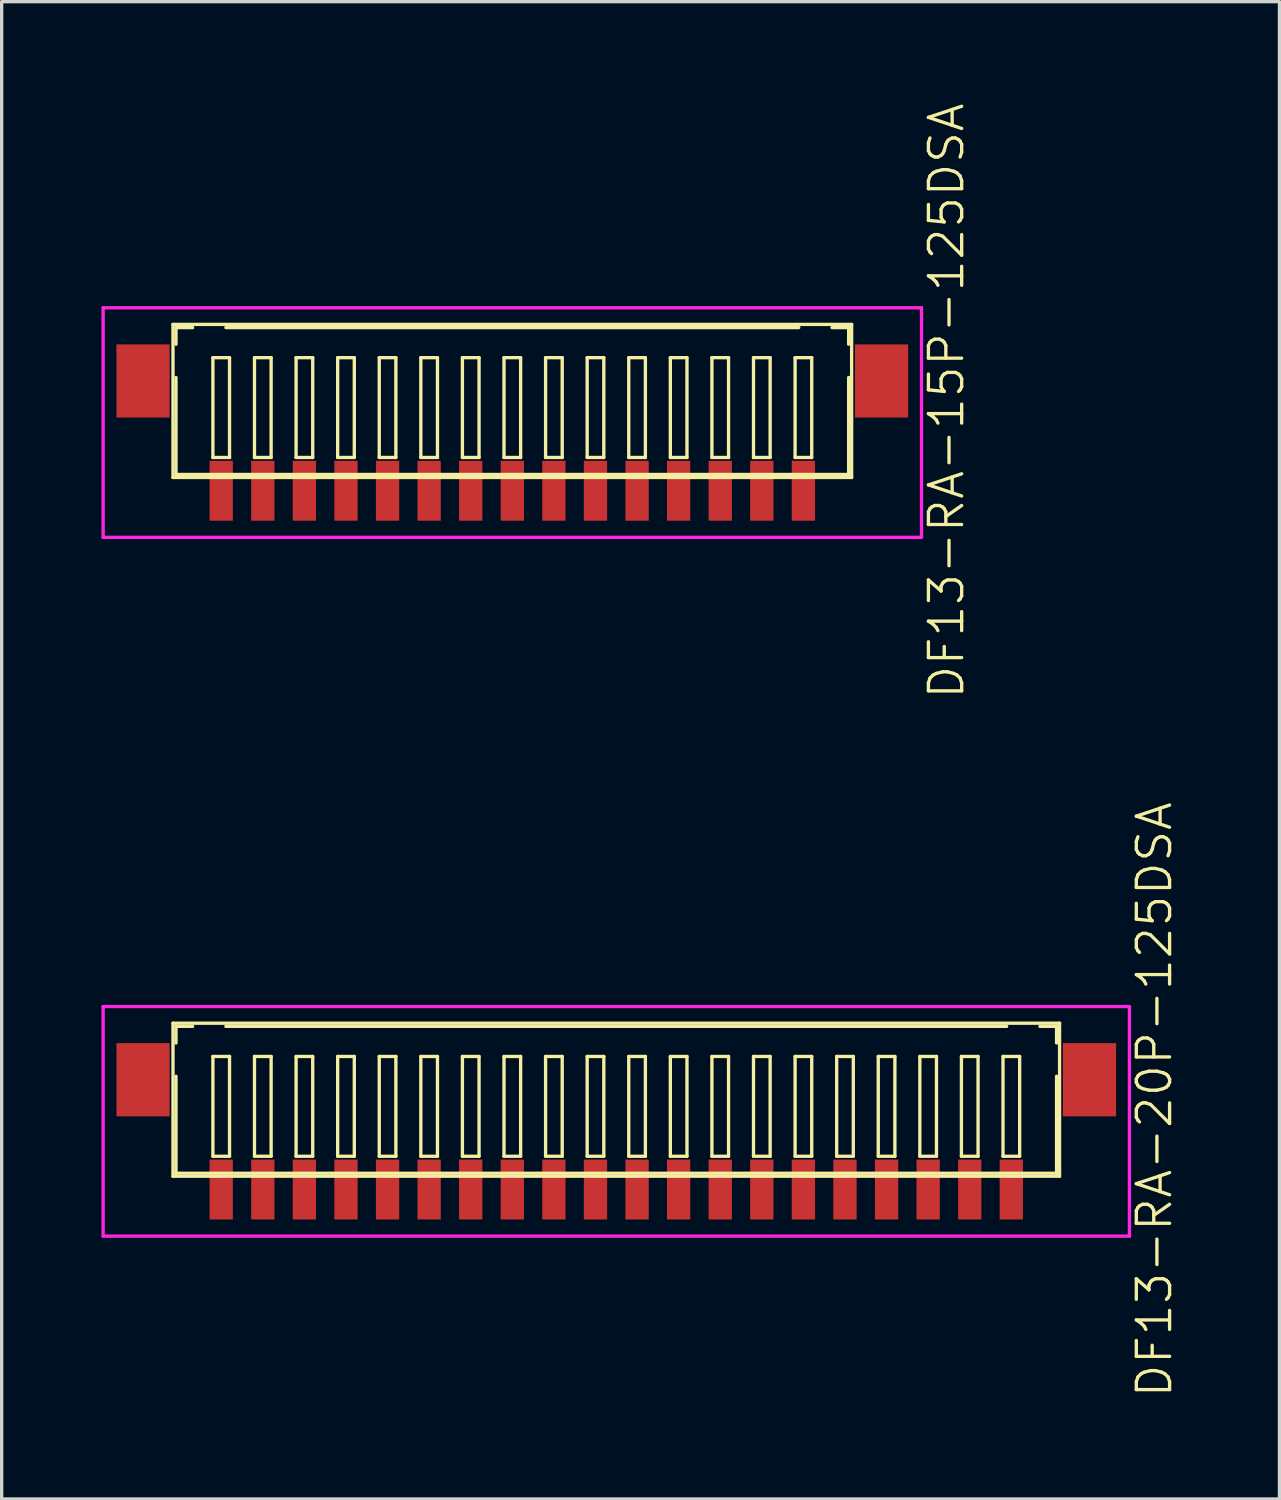
<source format=kicad_pcb>
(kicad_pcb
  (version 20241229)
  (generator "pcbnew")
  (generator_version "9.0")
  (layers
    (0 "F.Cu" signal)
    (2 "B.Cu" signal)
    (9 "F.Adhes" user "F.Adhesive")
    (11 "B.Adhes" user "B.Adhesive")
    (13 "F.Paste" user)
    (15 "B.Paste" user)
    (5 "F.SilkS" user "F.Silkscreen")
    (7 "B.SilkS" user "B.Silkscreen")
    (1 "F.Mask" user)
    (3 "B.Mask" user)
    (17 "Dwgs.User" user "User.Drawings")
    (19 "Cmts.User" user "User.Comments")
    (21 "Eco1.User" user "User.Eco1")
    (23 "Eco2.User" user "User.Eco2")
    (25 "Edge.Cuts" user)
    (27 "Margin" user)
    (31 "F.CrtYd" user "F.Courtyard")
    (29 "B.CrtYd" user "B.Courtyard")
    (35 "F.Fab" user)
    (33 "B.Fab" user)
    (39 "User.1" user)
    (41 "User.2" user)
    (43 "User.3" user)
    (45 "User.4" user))
  (footprint "DF13-RA-15P-125DSA"
    (layer "F.Cu")
    (at 12.35 11.702)
    (property "Reference" "DF13-RA-15P-125DSA" (at 13.05 -2.7 90) (layer "F.SilkS") (effects (font (size 1 1) (thickness 0.1))))
    (attr through_hole)
    (fp_line (start -10.2 -5) (end -10.2 -0.4) (stroke (width 0.1) (type solid)) (layer "F.SilkS"))
    (fp_line (start -10.2 -5) (end 10.2 -5) (stroke (width 0.1) (type solid)) (layer "F.SilkS"))
    (fp_line (start -10.2 -0.4) (end 10.2 -0.4) (stroke (width 0.1) (type solid)) (layer "F.SilkS"))
    (fp_line (start -10.11 -4.905) (end -10.11 -4.405) (stroke (width 0.1) (type solid)) (layer "F.SilkS"))
    (fp_line (start -10.11 -4.905) (end -9.61 -4.905) (stroke (width 0.1) (type solid)) (layer "F.SilkS"))
    (fp_line (start -10.11 -3.405) (end -10.11 -0.49) (stroke (width 0.1) (type solid)) (layer "F.SilkS"))
    (fp_line (start -10.11 -0.49) (end 10.11 -0.49) (stroke (width 0.1) (type solid)) (layer "F.SilkS"))
    (fp_line (start -9 -4) (end -9 -1) (stroke (width 0.1) (type solid)) (layer "F.SilkS"))
    (fp_line (start -9 -1) (end -8.5 -1) (stroke (width 0.1) (type solid)) (layer "F.SilkS"))
    (fp_line (start -8.61 -4.905) (end 8.61 -4.905) (stroke (width 0.1) (type solid)) (layer "F.SilkS"))
    (fp_line (start -8.5 -4) (end -9 -4) (stroke (width 0.1) (type solid)) (layer "F.SilkS"))
    (fp_line (start -8.5 -1) (end -8.5 -4) (stroke (width 0.1) (type solid)) (layer "F.SilkS"))
    (fp_line (start -7.75 -4) (end -7.75 -1) (stroke (width 0.1) (type solid)) (layer "F.SilkS"))
    (fp_line (start -7.75 -1) (end -7.25 -1) (stroke (width 0.1) (type solid)) (layer "F.SilkS"))
    (fp_line (start -7.25 -4) (end -7.75 -4) (stroke (width 0.1) (type solid)) (layer "F.SilkS"))
    (fp_line (start -7.25 -1) (end -7.25 -4) (stroke (width 0.1) (type solid)) (layer "F.SilkS"))
    (fp_line (start -6.5 -4) (end -6.5 -1) (stroke (width 0.1) (type solid)) (layer "F.SilkS"))
    (fp_line (start -6.5 -1) (end -6 -1) (stroke (width 0.1) (type solid)) (layer "F.SilkS"))
    (fp_line (start -6 -4) (end -6.5 -4) (stroke (width 0.1) (type solid)) (layer "F.SilkS"))
    (fp_line (start -6 -1) (end -6 -4) (stroke (width 0.1) (type solid)) (layer "F.SilkS"))
    (fp_line (start -5.25 -4) (end -5.25 -1) (stroke (width 0.1) (type solid)) (layer "F.SilkS"))
    (fp_line (start -5.25 -1) (end -4.75 -1) (stroke (width 0.1) (type solid)) (layer "F.SilkS"))
    (fp_line (start -4.75 -4) (end -5.25 -4) (stroke (width 0.1) (type solid)) (layer "F.SilkS"))
    (fp_line (start -4.75 -1) (end -4.75 -4) (stroke (width 0.1) (type solid)) (layer "F.SilkS"))
    (fp_line (start -4 -4) (end -4 -1) (stroke (width 0.1) (type solid)) (layer "F.SilkS"))
    (fp_line (start -4 -1) (end -3.5 -1) (stroke (width 0.1) (type solid)) (layer "F.SilkS"))
    (fp_line (start -3.5 -4) (end -4 -4) (stroke (width 0.1) (type solid)) (layer "F.SilkS"))
    (fp_line (start -3.5 -1) (end -3.5 -4) (stroke (width 0.1) (type solid)) (layer "F.SilkS"))
    (fp_line (start -2.75 -4) (end -2.75 -1) (stroke (width 0.1) (type solid)) (layer "F.SilkS"))
    (fp_line (start -2.75 -1) (end -2.25 -1) (stroke (width 0.1) (type solid)) (layer "F.SilkS"))
    (fp_line (start -2.25 -4) (end -2.75 -4) (stroke (width 0.1) (type solid)) (layer "F.SilkS"))
    (fp_line (start -2.25 -1) (end -2.25 -4) (stroke (width 0.1) (type solid)) (layer "F.SilkS"))
    (fp_line (start -1.5 -4) (end -1.5 -1) (stroke (width 0.1) (type solid)) (layer "F.SilkS"))
    (fp_line (start -1.5 -1) (end -1 -1) (stroke (width 0.1) (type solid)) (layer "F.SilkS"))
    (fp_line (start -1 -4) (end -1.5 -4) (stroke (width 0.1) (type solid)) (layer "F.SilkS"))
    (fp_line (start -1 -1) (end -1 -4) (stroke (width 0.1) (type solid)) (layer "F.SilkS"))
    (fp_line (start -0.25 -4) (end -0.25 -1) (stroke (width 0.1) (type solid)) (layer "F.SilkS"))
    (fp_line (start -0.25 -1) (end 0.25 -1) (stroke (width 0.1) (type solid)) (layer "F.SilkS"))
    (fp_line (start 0.25 -4) (end -0.25 -4) (stroke (width 0.1) (type solid)) (layer "F.SilkS"))
    (fp_line (start 0.25 -1) (end 0.25 -4) (stroke (width 0.1) (type solid)) (layer "F.SilkS"))
    (fp_line (start 1 -4) (end 1 -1) (stroke (width 0.1) (type solid)) (layer "F.SilkS"))
    (fp_line (start 1 -1) (end 1.5 -1) (stroke (width 0.1) (type solid)) (layer "F.SilkS"))
    (fp_line (start 1.5 -4) (end 1 -4) (stroke (width 0.1) (type solid)) (layer "F.SilkS"))
    (fp_line (start 1.5 -1) (end 1.5 -4) (stroke (width 0.1) (type solid)) (layer "F.SilkS"))
    (fp_line (start 2.25 -4) (end 2.25 -1) (stroke (width 0.1) (type solid)) (layer "F.SilkS"))
    (fp_line (start 2.25 -1) (end 2.75 -1) (stroke (width 0.1) (type solid)) (layer "F.SilkS"))
    (fp_line (start 2.75 -4) (end 2.25 -4) (stroke (width 0.1) (type solid)) (layer "F.SilkS"))
    (fp_line (start 2.75 -1) (end 2.75 -4) (stroke (width 0.1) (type solid)) (layer "F.SilkS"))
    (fp_line (start 3.5 -4) (end 3.5 -1) (stroke (width 0.1) (type solid)) (layer "F.SilkS"))
    (fp_line (start 3.5 -1) (end 4 -1) (stroke (width 0.1) (type solid)) (layer "F.SilkS"))
    (fp_line (start 4 -4) (end 3.5 -4) (stroke (width 0.1) (type solid)) (layer "F.SilkS"))
    (fp_line (start 4 -1) (end 4 -4) (stroke (width 0.1) (type solid)) (layer "F.SilkS"))
    (fp_line (start 4.75 -4) (end 4.75 -1) (stroke (width 0.1) (type solid)) (layer "F.SilkS"))
    (fp_line (start 4.75 -1) (end 5.25 -1) (stroke (width 0.1) (type solid)) (layer "F.SilkS"))
    (fp_line (start 5.25 -4) (end 4.75 -4) (stroke (width 0.1) (type solid)) (layer "F.SilkS"))
    (fp_line (start 5.25 -1) (end 5.25 -4) (stroke (width 0.1) (type solid)) (layer "F.SilkS"))
    (fp_line (start 6 -4) (end 6 -1) (stroke (width 0.1) (type solid)) (layer "F.SilkS"))
    (fp_line (start 6 -1) (end 6.5 -1) (stroke (width 0.1) (type solid)) (layer "F.SilkS"))
    (fp_line (start 6.5 -4) (end 6 -4) (stroke (width 0.1) (type solid)) (layer "F.SilkS"))
    (fp_line (start 6.5 -1) (end 6.5 -4) (stroke (width 0.1) (type solid)) (layer "F.SilkS"))
    (fp_line (start 7.25 -4) (end 7.25 -1) (stroke (width 0.1) (type solid)) (layer "F.SilkS"))
    (fp_line (start 7.25 -1) (end 7.75 -1) (stroke (width 0.1) (type solid)) (layer "F.SilkS"))
    (fp_line (start 7.75 -4) (end 7.25 -4) (stroke (width 0.1) (type solid)) (layer "F.SilkS"))
    (fp_line (start 7.75 -1) (end 7.75 -4) (stroke (width 0.1) (type solid)) (layer "F.SilkS"))
    (fp_line (start 8.5 -4) (end 8.5 -1) (stroke (width 0.1) (type solid)) (layer "F.SilkS"))
    (fp_line (start 8.5 -1) (end 9 -1) (stroke (width 0.1) (type solid)) (layer "F.SilkS"))
    (fp_line (start 9 -4) (end 8.5 -4) (stroke (width 0.1) (type solid)) (layer "F.SilkS"))
    (fp_line (start 9 -1) (end 9 -4) (stroke (width 0.1) (type solid)) (layer "F.SilkS"))
    (fp_line (start 9.61 -4.905) (end 10.11 -4.905) (stroke (width 0.1) (type solid)) (layer "F.SilkS"))
    (fp_line (start 10.11 -4.905) (end 10.11 -4.405) (stroke (width 0.1) (type solid)) (layer "F.SilkS"))
    (fp_line (start 10.11 -3.405) (end 10.11 -0.49) (stroke (width 0.1) (type solid)) (layer "F.SilkS"))
    (fp_line (start 10.2 -5) (end 10.2 -0.4) (stroke (width 0.1) (type solid)) (layer "F.SilkS"))
    (fp_line (start -12.3 -5.5) (end -12.3 1.4) (stroke (width 0.1) (type solid)) (layer "F.CrtYd"))
    (fp_line (start -12.3 1.4) (end 12.3 1.4) (stroke (width 0.1) (type solid)) (layer "F.CrtYd"))
    (fp_line (start 12.3 -5.5) (end -12.3 -5.5) (stroke (width 0.1) (type solid)) (layer "F.CrtYd"))
    (fp_line (start 12.3 1.4) (end 12.3 -5.5) (stroke (width 0.1) (type solid)) (layer "F.CrtYd"))
    (pad "1" smd rect (at -8.75 0) (size 0.7 1.8) (layers "F.Cu" "F.Mask" "F.Paste"))
    (pad "2" smd rect (at -7.5 0) (size 0.7 1.8) (layers "F.Cu" "F.Mask" "F.Paste"))
    (pad "3" smd rect (at -6.25 0) (size 0.7 1.8) (layers "F.Cu" "F.Mask" "F.Paste"))
    (pad "4" smd rect (at -5 0) (size 0.7 1.8) (layers "F.Cu" "F.Mask" "F.Paste"))
    (pad "5" smd rect (at -3.75 0) (size 0.7 1.8) (layers "F.Cu" "F.Mask" "F.Paste"))
    (pad "6" smd rect (at -2.5 0) (size 0.7 1.8) (layers "F.Cu" "F.Mask" "F.Paste"))
    (pad "7" smd rect (at -1.25 0) (size 0.7 1.8) (layers "F.Cu" "F.Mask" "F.Paste"))
    (pad "8" smd rect (at 0 0) (size 0.7 1.8) (layers "F.Cu" "F.Mask" "F.Paste"))
    (pad "9" smd rect (at 1.25 0) (size 0.7 1.8) (layers "F.Cu" "F.Mask" "F.Paste"))
    (pad "10" smd rect (at 2.5 0) (size 0.7 1.8) (layers "F.Cu" "F.Mask" "F.Paste"))
    (pad "11" smd rect (at 3.75 0) (size 0.7 1.8) (layers "F.Cu" "F.Mask" "F.Paste"))
    (pad "12" smd rect (at 5 0) (size 0.7 1.8) (layers "F.Cu" "F.Mask" "F.Paste"))
    (pad "13" smd rect (at 6.25 0) (size 0.7 1.8) (layers "F.Cu" "F.Mask" "F.Paste"))
    (pad "14" smd rect (at 7.5 0) (size 0.7 1.8) (layers "F.Cu" "F.Mask" "F.Paste"))
    (pad "15" smd rect (at 8.75 0) (size 0.7 1.8) (layers "F.Cu" "F.Mask" "F.Paste"))
    (pad "S" smd rect (at -11.1 -3.3) (size 1.6 2.2) (layers "F.Cu" "F.Mask" "F.Paste"))
    (pad "S" smd rect (at 11.1 -3.3) (size 1.6 2.2) (layers "F.Cu" "F.Mask" "F.Paste")))
  (footprint "DF13-RA-20P-125DSA"
    (layer "F.Cu")
    (at 15.475 32.707)
    (property "Reference" "DF13-RA-20P-125DSA" (at 16.175 -2.7 90) (layer "F.SilkS") (effects (font (size 1 1) (thickness 0.1))))
    (attr through_hole)
    (fp_line (start -13.325 -5) (end -13.325 -0.4) (stroke (width 0.1) (type solid)) (layer "F.SilkS"))
    (fp_line (start -13.325 -5) (end 13.325 -5) (stroke (width 0.1) (type solid)) (layer "F.SilkS"))
    (fp_line (start -13.325 -0.4) (end 13.325 -0.4) (stroke (width 0.1) (type solid)) (layer "F.SilkS"))
    (fp_line (start -13.235 -4.905) (end -13.235 -4.405) (stroke (width 0.1) (type solid)) (layer "F.SilkS"))
    (fp_line (start -13.235 -4.905) (end -12.735 -4.905) (stroke (width 0.1) (type solid)) (layer "F.SilkS"))
    (fp_line (start -13.235 -3.405) (end -13.235 -0.49) (stroke (width 0.1) (type solid)) (layer "F.SilkS"))
    (fp_line (start -13.235 -0.49) (end 13.235 -0.49) (stroke (width 0.1) (type solid)) (layer "F.SilkS"))
    (fp_line (start -12.125 -4) (end -12.125 -1) (stroke (width 0.1) (type solid)) (layer "F.SilkS"))
    (fp_line (start -12.125 -1) (end -11.625 -1) (stroke (width 0.1) (type solid)) (layer "F.SilkS"))
    (fp_line (start -11.735 -4.905) (end 11.735 -4.905) (stroke (width 0.1) (type solid)) (layer "F.SilkS"))
    (fp_line (start -11.625 -4) (end -12.125 -4) (stroke (width 0.1) (type solid)) (layer "F.SilkS"))
    (fp_line (start -11.625 -1) (end -11.625 -4) (stroke (width 0.1) (type solid)) (layer "F.SilkS"))
    (fp_line (start -10.875 -4) (end -10.875 -1) (stroke (width 0.1) (type solid)) (layer "F.SilkS"))
    (fp_line (start -10.875 -1) (end -10.375 -1) (stroke (width 0.1) (type solid)) (layer "F.SilkS"))
    (fp_line (start -10.375 -4) (end -10.875 -4) (stroke (width 0.1) (type solid)) (layer "F.SilkS"))
    (fp_line (start -10.375 -1) (end -10.375 -4) (stroke (width 0.1) (type solid)) (layer "F.SilkS"))
    (fp_line (start -9.625 -4) (end -9.625 -1) (stroke (width 0.1) (type solid)) (layer "F.SilkS"))
    (fp_line (start -9.625 -1) (end -9.125 -1) (stroke (width 0.1) (type solid)) (layer "F.SilkS"))
    (fp_line (start -9.125 -4) (end -9.625 -4) (stroke (width 0.1) (type solid)) (layer "F.SilkS"))
    (fp_line (start -9.125 -1) (end -9.125 -4) (stroke (width 0.1) (type solid)) (layer "F.SilkS"))
    (fp_line (start -8.375 -4) (end -8.375 -1) (stroke (width 0.1) (type solid)) (layer "F.SilkS"))
    (fp_line (start -8.375 -1) (end -7.875 -1) (stroke (width 0.1) (type solid)) (layer "F.SilkS"))
    (fp_line (start -7.875 -4) (end -8.375 -4) (stroke (width 0.1) (type solid)) (layer "F.SilkS"))
    (fp_line (start -7.875 -1) (end -7.875 -4) (stroke (width 0.1) (type solid)) (layer "F.SilkS"))
    (fp_line (start -7.125 -4) (end -7.125 -1) (stroke (width 0.1) (type solid)) (layer "F.SilkS"))
    (fp_line (start -7.125 -1) (end -6.625 -1) (stroke (width 0.1) (type solid)) (layer "F.SilkS"))
    (fp_line (start -6.625 -4) (end -7.125 -4) (stroke (width 0.1) (type solid)) (layer "F.SilkS"))
    (fp_line (start -6.625 -1) (end -6.625 -4) (stroke (width 0.1) (type solid)) (layer "F.SilkS"))
    (fp_line (start -5.875 -4) (end -5.875 -1) (stroke (width 0.1) (type solid)) (layer "F.SilkS"))
    (fp_line (start -5.875 -1) (end -5.375 -1) (stroke (width 0.1) (type solid)) (layer "F.SilkS"))
    (fp_line (start -5.375 -4) (end -5.875 -4) (stroke (width 0.1) (type solid)) (layer "F.SilkS"))
    (fp_line (start -5.375 -1) (end -5.375 -4) (stroke (width 0.1) (type solid)) (layer "F.SilkS"))
    (fp_line (start -4.625 -4) (end -4.625 -1) (stroke (width 0.1) (type solid)) (layer "F.SilkS"))
    (fp_line (start -4.625 -1) (end -4.125 -1) (stroke (width 0.1) (type solid)) (layer "F.SilkS"))
    (fp_line (start -4.125 -4) (end -4.625 -4) (stroke (width 0.1) (type solid)) (layer "F.SilkS"))
    (fp_line (start -4.125 -1) (end -4.125 -4) (stroke (width 0.1) (type solid)) (layer "F.SilkS"))
    (fp_line (start -3.375 -4) (end -3.375 -1) (stroke (width 0.1) (type solid)) (layer "F.SilkS"))
    (fp_line (start -3.375 -1) (end -2.875 -1) (stroke (width 0.1) (type solid)) (layer "F.SilkS"))
    (fp_line (start -2.875 -4) (end -3.375 -4) (stroke (width 0.1) (type solid)) (layer "F.SilkS"))
    (fp_line (start -2.875 -1) (end -2.875 -4) (stroke (width 0.1) (type solid)) (layer "F.SilkS"))
    (fp_line (start -2.125 -4) (end -2.125 -1) (stroke (width 0.1) (type solid)) (layer "F.SilkS"))
    (fp_line (start -2.125 -1) (end -1.625 -1) (stroke (width 0.1) (type solid)) (layer "F.SilkS"))
    (fp_line (start -1.625 -4) (end -2.125 -4) (stroke (width 0.1) (type solid)) (layer "F.SilkS"))
    (fp_line (start -1.625 -1) (end -1.625 -4) (stroke (width 0.1) (type solid)) (layer "F.SilkS"))
    (fp_line (start -0.875 -4) (end -0.875 -1) (stroke (width 0.1) (type solid)) (layer "F.SilkS"))
    (fp_line (start -0.875 -1) (end -0.375 -1) (stroke (width 0.1) (type solid)) (layer "F.SilkS"))
    (fp_line (start -0.375 -4) (end -0.875 -4) (stroke (width 0.1) (type solid)) (layer "F.SilkS"))
    (fp_line (start -0.375 -1) (end -0.375 -4) (stroke (width 0.1) (type solid)) (layer "F.SilkS"))
    (fp_line (start 0.375 -4) (end 0.375 -1) (stroke (width 0.1) (type solid)) (layer "F.SilkS"))
    (fp_line (start 0.375 -1) (end 0.875 -1) (stroke (width 0.1) (type solid)) (layer "F.SilkS"))
    (fp_line (start 0.875 -4) (end 0.375 -4) (stroke (width 0.1) (type solid)) (layer "F.SilkS"))
    (fp_line (start 0.875 -1) (end 0.875 -4) (stroke (width 0.1) (type solid)) (layer "F.SilkS"))
    (fp_line (start 1.625 -4) (end 1.625 -1) (stroke (width 0.1) (type solid)) (layer "F.SilkS"))
    (fp_line (start 1.625 -1) (end 2.125 -1) (stroke (width 0.1) (type solid)) (layer "F.SilkS"))
    (fp_line (start 2.125 -4) (end 1.625 -4) (stroke (width 0.1) (type solid)) (layer "F.SilkS"))
    (fp_line (start 2.125 -1) (end 2.125 -4) (stroke (width 0.1) (type solid)) (layer "F.SilkS"))
    (fp_line (start 2.875 -4) (end 2.875 -1) (stroke (width 0.1) (type solid)) (layer "F.SilkS"))
    (fp_line (start 2.875 -1) (end 3.375 -1) (stroke (width 0.1) (type solid)) (layer "F.SilkS"))
    (fp_line (start 3.375 -4) (end 2.875 -4) (stroke (width 0.1) (type solid)) (layer "F.SilkS"))
    (fp_line (start 3.375 -1) (end 3.375 -4) (stroke (width 0.1) (type solid)) (layer "F.SilkS"))
    (fp_line (start 4.125 -4) (end 4.125 -1) (stroke (width 0.1) (type solid)) (layer "F.SilkS"))
    (fp_line (start 4.125 -1) (end 4.625 -1) (stroke (width 0.1) (type solid)) (layer "F.SilkS"))
    (fp_line (start 4.625 -4) (end 4.125 -4) (stroke (width 0.1) (type solid)) (layer "F.SilkS"))
    (fp_line (start 4.625 -1) (end 4.625 -4) (stroke (width 0.1) (type solid)) (layer "F.SilkS"))
    (fp_line (start 5.375 -4) (end 5.375 -1) (stroke (width 0.1) (type solid)) (layer "F.SilkS"))
    (fp_line (start 5.375 -1) (end 5.875 -1) (stroke (width 0.1) (type solid)) (layer "F.SilkS"))
    (fp_line (start 5.875 -4) (end 5.375 -4) (stroke (width 0.1) (type solid)) (layer "F.SilkS"))
    (fp_line (start 5.875 -1) (end 5.875 -4) (stroke (width 0.1) (type solid)) (layer "F.SilkS"))
    (fp_line (start 6.625 -4) (end 6.625 -1) (stroke (width 0.1) (type solid)) (layer "F.SilkS"))
    (fp_line (start 6.625 -1) (end 7.125 -1) (stroke (width 0.1) (type solid)) (layer "F.SilkS"))
    (fp_line (start 7.125 -4) (end 6.625 -4) (stroke (width 0.1) (type solid)) (layer "F.SilkS"))
    (fp_line (start 7.125 -1) (end 7.125 -4) (stroke (width 0.1) (type solid)) (layer "F.SilkS"))
    (fp_line (start 7.875 -4) (end 7.875 -1) (stroke (width 0.1) (type solid)) (layer "F.SilkS"))
    (fp_line (start 7.875 -1) (end 8.375 -1) (stroke (width 0.1) (type solid)) (layer "F.SilkS"))
    (fp_line (start 8.375 -4) (end 7.875 -4) (stroke (width 0.1) (type solid)) (layer "F.SilkS"))
    (fp_line (start 8.375 -1) (end 8.375 -4) (stroke (width 0.1) (type solid)) (layer "F.SilkS"))
    (fp_line (start 9.125 -4) (end 9.125 -1) (stroke (width 0.1) (type solid)) (layer "F.SilkS"))
    (fp_line (start 9.125 -1) (end 9.625 -1) (stroke (width 0.1) (type solid)) (layer "F.SilkS"))
    (fp_line (start 9.625 -4) (end 9.125 -4) (stroke (width 0.1) (type solid)) (layer "F.SilkS"))
    (fp_line (start 9.625 -1) (end 9.625 -4) (stroke (width 0.1) (type solid)) (layer "F.SilkS"))
    (fp_line (start 10.375 -4) (end 10.375 -1) (stroke (width 0.1) (type solid)) (layer "F.SilkS"))
    (fp_line (start 10.375 -1) (end 10.875 -1) (stroke (width 0.1) (type solid)) (layer "F.SilkS"))
    (fp_line (start 10.875 -4) (end 10.375 -4) (stroke (width 0.1) (type solid)) (layer "F.SilkS"))
    (fp_line (start 10.875 -1) (end 10.875 -4) (stroke (width 0.1) (type solid)) (layer "F.SilkS"))
    (fp_line (start 11.625 -4) (end 11.625 -1) (stroke (width 0.1) (type solid)) (layer "F.SilkS"))
    (fp_line (start 11.625 -1) (end 12.125 -1) (stroke (width 0.1) (type solid)) (layer "F.SilkS"))
    (fp_line (start 12.125 -4) (end 11.625 -4) (stroke (width 0.1) (type solid)) (layer "F.SilkS"))
    (fp_line (start 12.125 -1) (end 12.125 -4) (stroke (width 0.1) (type solid)) (layer "F.SilkS"))
    (fp_line (start 12.735 -4.905) (end 13.235 -4.905) (stroke (width 0.1) (type solid)) (layer "F.SilkS"))
    (fp_line (start 13.235 -4.905) (end 13.235 -4.405) (stroke (width 0.1) (type solid)) (layer "F.SilkS"))
    (fp_line (start 13.235 -3.405) (end 13.235 -0.49) (stroke (width 0.1) (type solid)) (layer "F.SilkS"))
    (fp_line (start 13.325 -5) (end 13.325 -0.4) (stroke (width 0.1) (type solid)) (layer "F.SilkS"))
    (fp_line (start -15.425 -5.5) (end -15.425 1.4) (stroke (width 0.1) (type solid)) (layer "F.CrtYd"))
    (fp_line (start -15.425 1.4) (end 15.425 1.4) (stroke (width 0.1) (type solid)) (layer "F.CrtYd"))
    (fp_line (start 15.425 -5.5) (end -15.425 -5.5) (stroke (width 0.1) (type solid)) (layer "F.CrtYd"))
    (fp_line (start 15.425 1.4) (end 15.425 -5.5) (stroke (width 0.1) (type solid)) (layer "F.CrtYd"))
    (pad "1" smd rect (at -11.875 0) (size 0.7 1.8) (layers "F.Cu" "F.Mask" "F.Paste"))
    (pad "2" smd rect (at -10.625 0) (size 0.7 1.8) (layers "F.Cu" "F.Mask" "F.Paste"))
    (pad "3" smd rect (at -9.375 0) (size 0.7 1.8) (layers "F.Cu" "F.Mask" "F.Paste"))
    (pad "4" smd rect (at -8.125 0) (size 0.7 1.8) (layers "F.Cu" "F.Mask" "F.Paste"))
    (pad "5" smd rect (at -6.875 0) (size 0.7 1.8) (layers "F.Cu" "F.Mask" "F.Paste"))
    (pad "6" smd rect (at -5.625 0) (size 0.7 1.8) (layers "F.Cu" "F.Mask" "F.Paste"))
    (pad "7" smd rect (at -4.375 0) (size 0.7 1.8) (layers "F.Cu" "F.Mask" "F.Paste"))
    (pad "8" smd rect (at -3.125 0) (size 0.7 1.8) (layers "F.Cu" "F.Mask" "F.Paste"))
    (pad "9" smd rect (at -1.875 0) (size 0.7 1.8) (layers "F.Cu" "F.Mask" "F.Paste"))
    (pad "10" smd rect (at -0.625 0) (size 0.7 1.8) (layers "F.Cu" "F.Mask" "F.Paste"))
    (pad "11" smd rect (at 0.625 0) (size 0.7 1.8) (layers "F.Cu" "F.Mask" "F.Paste"))
    (pad "12" smd rect (at 1.875 0) (size 0.7 1.8) (layers "F.Cu" "F.Mask" "F.Paste"))
    (pad "13" smd rect (at 3.125 0) (size 0.7 1.8) (layers "F.Cu" "F.Mask" "F.Paste"))
    (pad "14" smd rect (at 4.375 0) (size 0.7 1.8) (layers "F.Cu" "F.Mask" "F.Paste"))
    (pad "15" smd rect (at 5.625 0) (size 0.7 1.8) (layers "F.Cu" "F.Mask" "F.Paste"))
    (pad "16" smd rect (at 6.875 0) (size 0.7 1.8) (layers "F.Cu" "F.Mask" "F.Paste"))
    (pad "17" smd rect (at 8.125 0) (size 0.7 1.8) (layers "F.Cu" "F.Mask" "F.Paste"))
    (pad "18" smd rect (at 9.375 0) (size 0.7 1.8) (layers "F.Cu" "F.Mask" "F.Paste"))
    (pad "19" smd rect (at 10.625 0) (size 0.7 1.8) (layers "F.Cu" "F.Mask" "F.Paste"))
    (pad "20" smd rect (at 11.875 0) (size 0.7 1.8) (layers "F.Cu" "F.Mask" "F.Paste"))
    (pad "S" smd rect (at -14.225 -3.3) (size 1.6 2.2) (layers "F.Cu" "F.Mask" "F.Paste"))
    (pad "S" smd rect (at 14.225 -3.3) (size 1.6 2.2) (layers "F.Cu" "F.Mask" "F.Paste")))
  (gr_rect
    (start -3 -3)
    (end 35.41 42.01)
    (stroke (width 0.1) (type default))
    (fill no)
    (layer "Edge.Cuts")))
</source>
